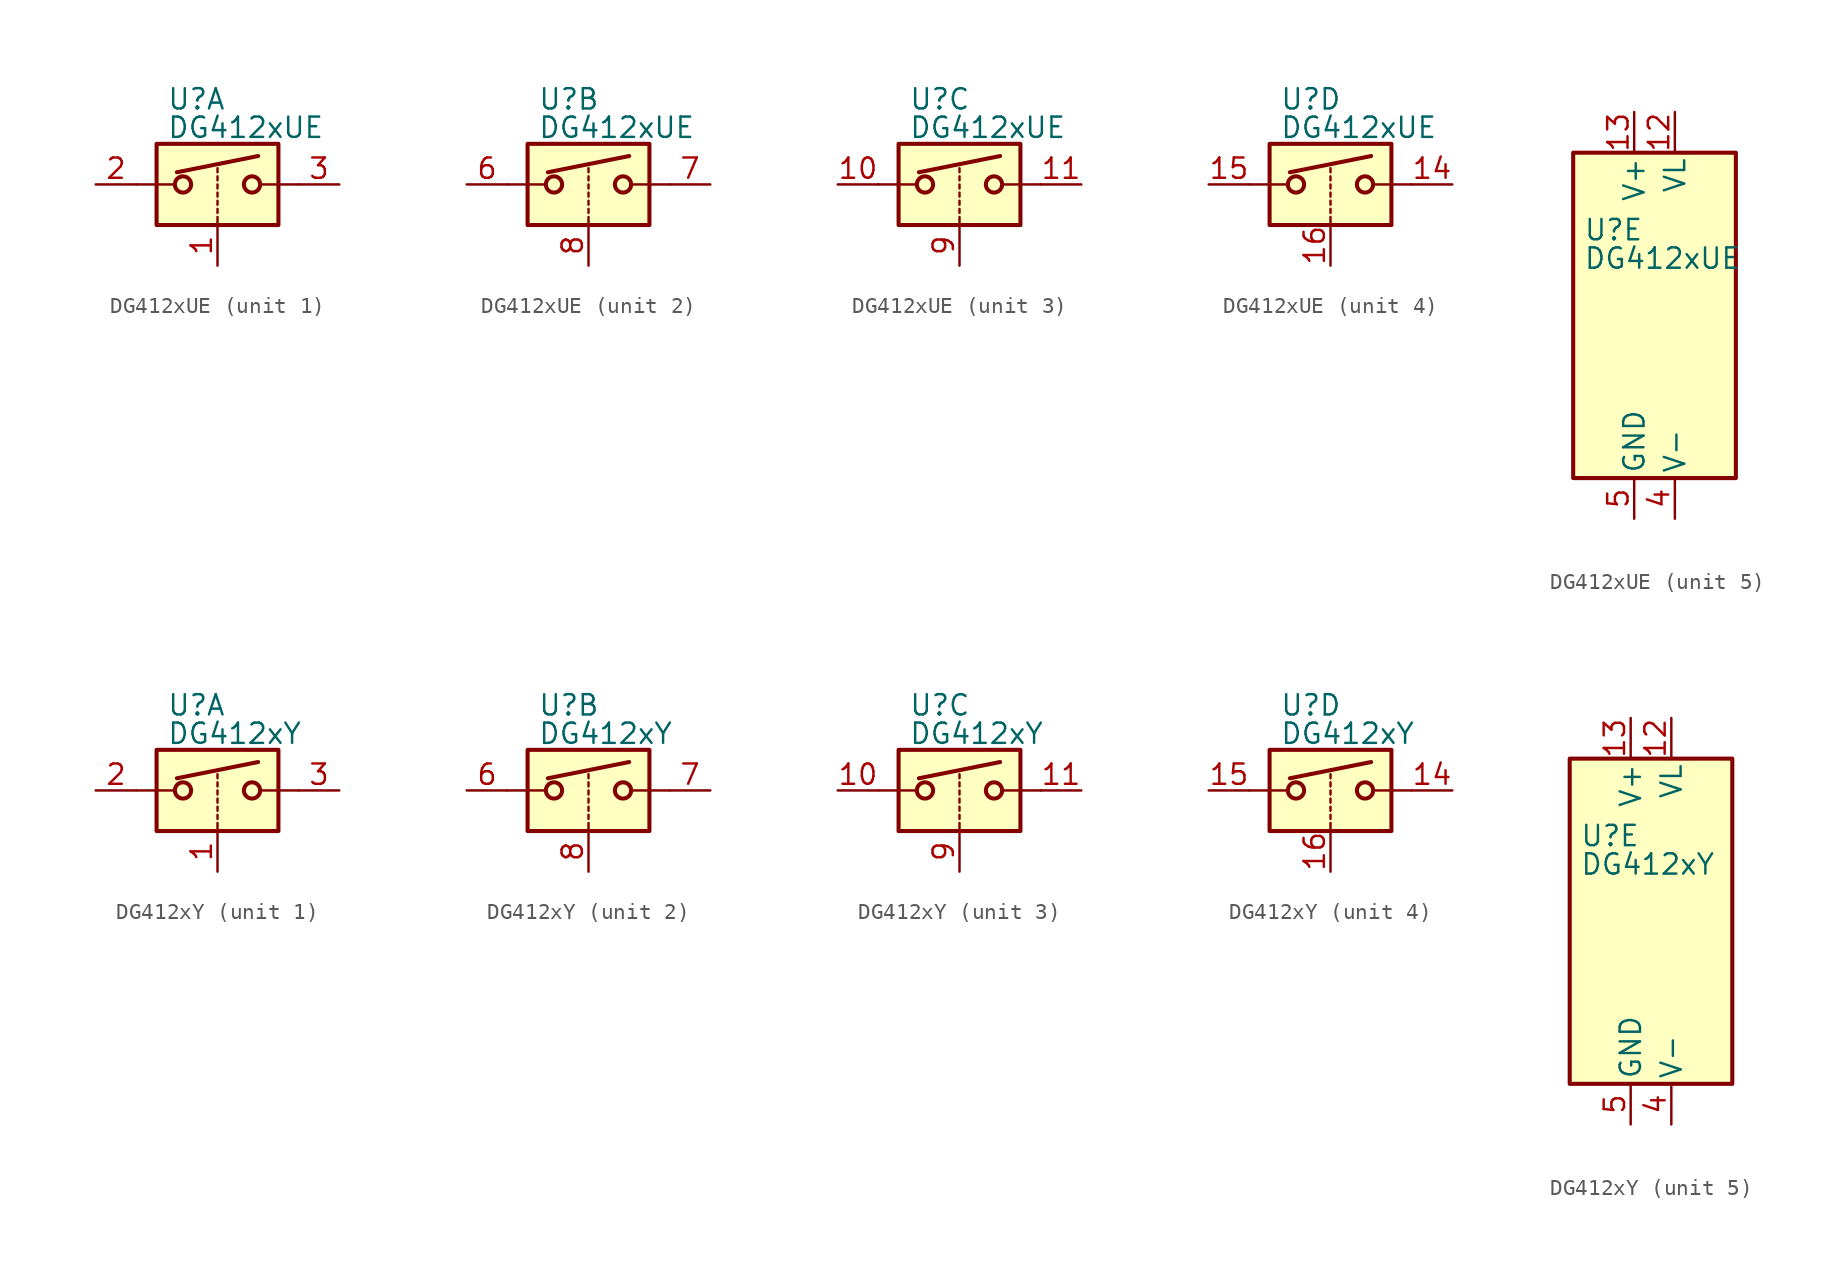
<source format=kicad_sym>
(kicad_symbol_lib
  (version 20200908)
  (generator kicad_symbol_editor)
  (symbol "Analog_Switch:DG412xUE"
    (pin_names
      (offset 0.254))
    (property "Reference" "U"
      (at -3.175 5.334 0)
      (effects (font (size 1.27 1.27)) (justify left)))
    (property "Value" "DG412xUE"
      (at -3.175 3.556 0)
      (effects (font (size 1.27 1.27)) (justify left)))
    (symbol "DG412xUE_1_1"
      (circle (center -2.159 0) (radius 0.508) (stroke (width 0.254)) (fill (type none)))
      (circle (center 2.159 0) (radius 0.508) (stroke (width 0.254)) (fill (type none)))
      (rectangle (start -3.81 2.54) (end 3.81 -2.54) (stroke (width 0.254)) (fill (type background)))
      (polyline (pts (xy -5.08 0) (xy -2.794 0)) (stroke (width 0)) (fill (type none)))
      (polyline (pts (xy -2.54 0.762) (xy 2.54 1.778)) (stroke (width 0.254)) (fill (type none)))
      (polyline (pts (xy 0 -2.54) (xy 0 -2.032)) (stroke (width 0)) (fill (type none)))
      (polyline (pts (xy 0 -1.778) (xy 0 -1.524)) (stroke (width 0)) (fill (type none)))
      (polyline (pts (xy 0 -1.27) (xy 0 -1.016)) (stroke (width 0)) (fill (type none)))
      (polyline (pts (xy 0 -0.762) (xy 0 -0.508)) (stroke (width 0)) (fill (type none)))
      (polyline (pts (xy 0 -0.254) (xy 0 0)) (stroke (width 0)) (fill (type none)))
      (polyline (pts (xy 0 0.254) (xy 0 0.508)) (stroke (width 0)) (fill (type none)))
      (polyline (pts (xy 0 0.762) (xy 0 1.016)) (stroke (width 0)) (fill (type none)))
      (polyline (pts (xy 5.08 0) (xy 2.794 0)) (stroke (width 0)) (fill (type none)))
      (pin input line (at 0 -5.08 90) (length 2.54) (name "~" (effects (font (size 1.27 1.27)))) (number "1" (effects (font (size 1.27 1.27)))))
      (pin passive line (at -7.62 0 0) (length 2.54) (name "~" (effects (font (size 1.27 1.27)))) (number "2" (effects (font (size 1.27 1.27)))))
      (pin passive line (at 7.62 0 180) (length 2.54) (name "~" (effects (font (size 1.27 1.27)))) (number "3" (effects (font (size 1.27 1.27))))))
    (symbol "DG412xUE_2_1"
      (circle (center -2.159 0) (radius 0.508) (stroke (width 0.254)) (fill (type none)))
      (circle (center 2.159 0) (radius 0.508) (stroke (width 0.254)) (fill (type none)))
      (rectangle (start -3.81 2.54) (end 3.81 -2.54) (stroke (width 0.254)) (fill (type background)))
      (polyline (pts (xy -5.08 0) (xy -2.794 0)) (stroke (width 0)) (fill (type none)))
      (polyline (pts (xy -2.54 0.762) (xy 2.54 1.778)) (stroke (width 0.254)) (fill (type none)))
      (polyline (pts (xy 0 -2.54) (xy 0 -2.032)) (stroke (width 0)) (fill (type none)))
      (polyline (pts (xy 0 -1.778) (xy 0 -1.524)) (stroke (width 0)) (fill (type none)))
      (polyline (pts (xy 0 -1.27) (xy 0 -1.016)) (stroke (width 0)) (fill (type none)))
      (polyline (pts (xy 0 -0.762) (xy 0 -0.508)) (stroke (width 0)) (fill (type none)))
      (polyline (pts (xy 0 -0.254) (xy 0 0)) (stroke (width 0)) (fill (type none)))
      (polyline (pts (xy 0 0.254) (xy 0 0.508)) (stroke (width 0)) (fill (type none)))
      (polyline (pts (xy 0 0.762) (xy 0 1.016)) (stroke (width 0)) (fill (type none)))
      (polyline (pts (xy 5.08 0) (xy 2.794 0)) (stroke (width 0)) (fill (type none)))
      (pin passive line (at -7.62 0 0) (length 2.54) (name "~" (effects (font (size 1.27 1.27)))) (number "6" (effects (font (size 1.27 1.27)))))
      (pin passive line (at 7.62 0 180) (length 2.54) (name "~" (effects (font (size 1.27 1.27)))) (number "7" (effects (font (size 1.27 1.27)))))
      (pin input line (at 0 -5.08 90) (length 2.54) (name "~" (effects (font (size 1.27 1.27)))) (number "8" (effects (font (size 1.27 1.27))))))
    (symbol "DG412xUE_3_1"
      (circle (center -2.159 0) (radius 0.508) (stroke (width 0.254)) (fill (type none)))
      (circle (center 2.159 0) (radius 0.508) (stroke (width 0.254)) (fill (type none)))
      (rectangle (start -3.81 2.54) (end 3.81 -2.54) (stroke (width 0.254)) (fill (type background)))
      (polyline (pts (xy -5.08 0) (xy -2.794 0)) (stroke (width 0)) (fill (type none)))
      (polyline (pts (xy -2.54 0.762) (xy 2.54 1.778)) (stroke (width 0.254)) (fill (type none)))
      (polyline (pts (xy 0 -2.54) (xy 0 -2.032)) (stroke (width 0)) (fill (type none)))
      (polyline (pts (xy 0 -1.778) (xy 0 -1.524)) (stroke (width 0)) (fill (type none)))
      (polyline (pts (xy 0 -1.27) (xy 0 -1.016)) (stroke (width 0)) (fill (type none)))
      (polyline (pts (xy 0 -0.762) (xy 0 -0.508)) (stroke (width 0)) (fill (type none)))
      (polyline (pts (xy 0 -0.254) (xy 0 0)) (stroke (width 0)) (fill (type none)))
      (polyline (pts (xy 0 0.254) (xy 0 0.508)) (stroke (width 0)) (fill (type none)))
      (polyline (pts (xy 0 0.762) (xy 0 1.016)) (stroke (width 0)) (fill (type none)))
      (polyline (pts (xy 5.08 0) (xy 2.794 0)) (stroke (width 0)) (fill (type none)))
      (pin passive line (at -7.62 0 0) (length 2.54) (name "~" (effects (font (size 1.27 1.27)))) (number "10" (effects (font (size 1.27 1.27)))))
      (pin passive line (at 7.62 0 180) (length 2.54) (name "~" (effects (font (size 1.27 1.27)))) (number "11" (effects (font (size 1.27 1.27)))))
      (pin input line (at 0 -5.08 90) (length 2.54) (name "~" (effects (font (size 1.27 1.27)))) (number "9" (effects (font (size 1.27 1.27))))))
    (symbol "DG412xUE_4_1"
      (circle (center -2.159 0) (radius 0.508) (stroke (width 0.254)) (fill (type none)))
      (circle (center 2.159 0) (radius 0.508) (stroke (width 0.254)) (fill (type none)))
      (rectangle (start -3.81 2.54) (end 3.81 -2.54) (stroke (width 0.254)) (fill (type background)))
      (polyline (pts (xy -5.08 0) (xy -2.794 0)) (stroke (width 0)) (fill (type none)))
      (polyline (pts (xy -2.54 0.762) (xy 2.54 1.778)) (stroke (width 0.254)) (fill (type none)))
      (polyline (pts (xy 0 -2.54) (xy 0 -2.032)) (stroke (width 0)) (fill (type none)))
      (polyline (pts (xy 0 -1.778) (xy 0 -1.524)) (stroke (width 0)) (fill (type none)))
      (polyline (pts (xy 0 -1.27) (xy 0 -1.016)) (stroke (width 0)) (fill (type none)))
      (polyline (pts (xy 0 -0.762) (xy 0 -0.508)) (stroke (width 0)) (fill (type none)))
      (polyline (pts (xy 0 -0.254) (xy 0 0)) (stroke (width 0)) (fill (type none)))
      (polyline (pts (xy 0 0.254) (xy 0 0.508)) (stroke (width 0)) (fill (type none)))
      (polyline (pts (xy 0 0.762) (xy 0 1.016)) (stroke (width 0)) (fill (type none)))
      (polyline (pts (xy 5.08 0) (xy 2.794 0)) (stroke (width 0)) (fill (type none)))
      (pin passive line (at 7.62 0 180) (length 2.54) (name "~" (effects (font (size 1.27 1.27)))) (number "14" (effects (font (size 1.27 1.27)))))
      (pin passive line (at -7.62 0 0) (length 2.54) (name "~" (effects (font (size 1.27 1.27)))) (number "15" (effects (font (size 1.27 1.27)))))
      (pin input line (at 0 -5.08 90) (length 2.54) (name "~" (effects (font (size 1.27 1.27)))) (number "16" (effects (font (size 1.27 1.27))))))
    (symbol "DG412xUE_5_1"
      (rectangle (start -3.81 10.16) (end 6.35 -10.16) (stroke (width 0.254)) (fill (type background))))
    (symbol "DG412xUE_5_0"
      (pin power_in line (at 2.54 12.7 270) (length 2.54) (name "VL" (effects (font (size 1.27 1.27)))) (number "12" (effects (font (size 1.27 1.27)))))
      (pin power_in line (at 0 12.7 270) (length 2.54) (name "V+" (effects (font (size 1.27 1.27)))) (number "13" (effects (font (size 1.27 1.27)))))
      (pin power_in line (at 2.54 -12.7 90) (length 2.54) (name "V-" (effects (font (size 1.27 1.27)))) (number "4" (effects (font (size 1.27 1.27)))))
      (pin power_in line (at 0 -12.7 90) (length 2.54) (name "GND" (effects (font (size 1.27 1.27)))) (number "5" (effects (font (size 1.27 1.27)))))))
  (symbol "Analog_Switch:DG412xY"
    (pin_names
      (offset 0.254))
    (property "Reference" "U"
      (at -3.175 5.334 0)
      (effects (font (size 1.27 1.27)) (justify left)))
    (property "Value" "DG412xY"
      (at -3.175 3.556 0)
      (effects (font (size 1.27 1.27)) (justify left)))
    (symbol "DG412xY_1_1"
      (circle (center -2.159 0) (radius 0.508) (stroke (width 0.254)) (fill (type none)))
      (circle (center 2.159 0) (radius 0.508) (stroke (width 0.254)) (fill (type none)))
      (rectangle (start -3.81 2.54) (end 3.81 -2.54) (stroke (width 0.254)) (fill (type background)))
      (polyline (pts (xy -5.08 0) (xy -2.794 0)) (stroke (width 0)) (fill (type none)))
      (polyline (pts (xy -2.54 0.762) (xy 2.54 1.778)) (stroke (width 0.254)) (fill (type none)))
      (polyline (pts (xy 0 -2.54) (xy 0 -2.032)) (stroke (width 0)) (fill (type none)))
      (polyline (pts (xy 0 -1.778) (xy 0 -1.524)) (stroke (width 0)) (fill (type none)))
      (polyline (pts (xy 0 -1.27) (xy 0 -1.016)) (stroke (width 0)) (fill (type none)))
      (polyline (pts (xy 0 -0.762) (xy 0 -0.508)) (stroke (width 0)) (fill (type none)))
      (polyline (pts (xy 0 -0.254) (xy 0 0)) (stroke (width 0)) (fill (type none)))
      (polyline (pts (xy 0 0.254) (xy 0 0.508)) (stroke (width 0)) (fill (type none)))
      (polyline (pts (xy 0 0.762) (xy 0 1.016)) (stroke (width 0)) (fill (type none)))
      (polyline (pts (xy 5.08 0) (xy 2.794 0)) (stroke (width 0)) (fill (type none)))
      (pin input line (at 0 -5.08 90) (length 2.54) (name "~" (effects (font (size 1.27 1.27)))) (number "1" (effects (font (size 1.27 1.27)))))
      (pin passive line (at -7.62 0 0) (length 2.54) (name "~" (effects (font (size 1.27 1.27)))) (number "2" (effects (font (size 1.27 1.27)))))
      (pin passive line (at 7.62 0 180) (length 2.54) (name "~" (effects (font (size 1.27 1.27)))) (number "3" (effects (font (size 1.27 1.27))))))
    (symbol "DG412xY_2_1"
      (circle (center -2.159 0) (radius 0.508) (stroke (width 0.254)) (fill (type none)))
      (circle (center 2.159 0) (radius 0.508) (stroke (width 0.254)) (fill (type none)))
      (rectangle (start -3.81 2.54) (end 3.81 -2.54) (stroke (width 0.254)) (fill (type background)))
      (polyline (pts (xy -5.08 0) (xy -2.794 0)) (stroke (width 0)) (fill (type none)))
      (polyline (pts (xy -2.54 0.762) (xy 2.54 1.778)) (stroke (width 0.254)) (fill (type none)))
      (polyline (pts (xy 0 -2.54) (xy 0 -2.032)) (stroke (width 0)) (fill (type none)))
      (polyline (pts (xy 0 -1.778) (xy 0 -1.524)) (stroke (width 0)) (fill (type none)))
      (polyline (pts (xy 0 -1.27) (xy 0 -1.016)) (stroke (width 0)) (fill (type none)))
      (polyline (pts (xy 0 -0.762) (xy 0 -0.508)) (stroke (width 0)) (fill (type none)))
      (polyline (pts (xy 0 -0.254) (xy 0 0)) (stroke (width 0)) (fill (type none)))
      (polyline (pts (xy 0 0.254) (xy 0 0.508)) (stroke (width 0)) (fill (type none)))
      (polyline (pts (xy 0 0.762) (xy 0 1.016)) (stroke (width 0)) (fill (type none)))
      (polyline (pts (xy 5.08 0) (xy 2.794 0)) (stroke (width 0)) (fill (type none)))
      (pin passive line (at -7.62 0 0) (length 2.54) (name "~" (effects (font (size 1.27 1.27)))) (number "6" (effects (font (size 1.27 1.27)))))
      (pin passive line (at 7.62 0 180) (length 2.54) (name "~" (effects (font (size 1.27 1.27)))) (number "7" (effects (font (size 1.27 1.27)))))
      (pin input line (at 0 -5.08 90) (length 2.54) (name "~" (effects (font (size 1.27 1.27)))) (number "8" (effects (font (size 1.27 1.27))))))
    (symbol "DG412xY_3_1"
      (circle (center -2.159 0) (radius 0.508) (stroke (width 0.254)) (fill (type none)))
      (circle (center 2.159 0) (radius 0.508) (stroke (width 0.254)) (fill (type none)))
      (rectangle (start -3.81 2.54) (end 3.81 -2.54) (stroke (width 0.254)) (fill (type background)))
      (polyline (pts (xy -5.08 0) (xy -2.794 0)) (stroke (width 0)) (fill (type none)))
      (polyline (pts (xy -2.54 0.762) (xy 2.54 1.778)) (stroke (width 0.254)) (fill (type none)))
      (polyline (pts (xy 0 -2.54) (xy 0 -2.032)) (stroke (width 0)) (fill (type none)))
      (polyline (pts (xy 0 -1.778) (xy 0 -1.524)) (stroke (width 0)) (fill (type none)))
      (polyline (pts (xy 0 -1.27) (xy 0 -1.016)) (stroke (width 0)) (fill (type none)))
      (polyline (pts (xy 0 -0.762) (xy 0 -0.508)) (stroke (width 0)) (fill (type none)))
      (polyline (pts (xy 0 -0.254) (xy 0 0)) (stroke (width 0)) (fill (type none)))
      (polyline (pts (xy 0 0.254) (xy 0 0.508)) (stroke (width 0)) (fill (type none)))
      (polyline (pts (xy 0 0.762) (xy 0 1.016)) (stroke (width 0)) (fill (type none)))
      (polyline (pts (xy 5.08 0) (xy 2.794 0)) (stroke (width 0)) (fill (type none)))
      (pin passive line (at -7.62 0 0) (length 2.54) (name "~" (effects (font (size 1.27 1.27)))) (number "10" (effects (font (size 1.27 1.27)))))
      (pin passive line (at 7.62 0 180) (length 2.54) (name "~" (effects (font (size 1.27 1.27)))) (number "11" (effects (font (size 1.27 1.27)))))
      (pin input line (at 0 -5.08 90) (length 2.54) (name "~" (effects (font (size 1.27 1.27)))) (number "9" (effects (font (size 1.27 1.27))))))
    (symbol "DG412xY_4_1"
      (circle (center -2.159 0) (radius 0.508) (stroke (width 0.254)) (fill (type none)))
      (circle (center 2.159 0) (radius 0.508) (stroke (width 0.254)) (fill (type none)))
      (rectangle (start -3.81 2.54) (end 3.81 -2.54) (stroke (width 0.254)) (fill (type background)))
      (polyline (pts (xy -5.08 0) (xy -2.794 0)) (stroke (width 0)) (fill (type none)))
      (polyline (pts (xy -2.54 0.762) (xy 2.54 1.778)) (stroke (width 0.254)) (fill (type none)))
      (polyline (pts (xy 0 -2.54) (xy 0 -2.032)) (stroke (width 0)) (fill (type none)))
      (polyline (pts (xy 0 -1.778) (xy 0 -1.524)) (stroke (width 0)) (fill (type none)))
      (polyline (pts (xy 0 -1.27) (xy 0 -1.016)) (stroke (width 0)) (fill (type none)))
      (polyline (pts (xy 0 -0.762) (xy 0 -0.508)) (stroke (width 0)) (fill (type none)))
      (polyline (pts (xy 0 -0.254) (xy 0 0)) (stroke (width 0)) (fill (type none)))
      (polyline (pts (xy 0 0.254) (xy 0 0.508)) (stroke (width 0)) (fill (type none)))
      (polyline (pts (xy 0 0.762) (xy 0 1.016)) (stroke (width 0)) (fill (type none)))
      (polyline (pts (xy 5.08 0) (xy 2.794 0)) (stroke (width 0)) (fill (type none)))
      (pin passive line (at 7.62 0 180) (length 2.54) (name "~" (effects (font (size 1.27 1.27)))) (number "14" (effects (font (size 1.27 1.27)))))
      (pin passive line (at -7.62 0 0) (length 2.54) (name "~" (effects (font (size 1.27 1.27)))) (number "15" (effects (font (size 1.27 1.27)))))
      (pin input line (at 0 -5.08 90) (length 2.54) (name "~" (effects (font (size 1.27 1.27)))) (number "16" (effects (font (size 1.27 1.27))))))
    (symbol "DG412xY_5_1"
      (rectangle (start -3.81 10.16) (end 6.35 -10.16) (stroke (width 0.254)) (fill (type background))))
    (symbol "DG412xY_5_0"
      (pin power_in line (at 2.54 12.7 270) (length 2.54) (name "VL" (effects (font (size 1.27 1.27)))) (number "12" (effects (font (size 1.27 1.27)))))
      (pin power_in line (at 0 12.7 270) (length 2.54) (name "V+" (effects (font (size 1.27 1.27)))) (number "13" (effects (font (size 1.27 1.27)))))
      (pin power_in line (at 2.54 -12.7 90) (length 2.54) (name "V-" (effects (font (size 1.27 1.27)))) (number "4" (effects (font (size 1.27 1.27)))))
      (pin power_in line (at 0 -12.7 90) (length 2.54) (name "GND" (effects (font (size 1.27 1.27)))) (number "5" (effects (font (size 1.27 1.27))))))))
</source>
